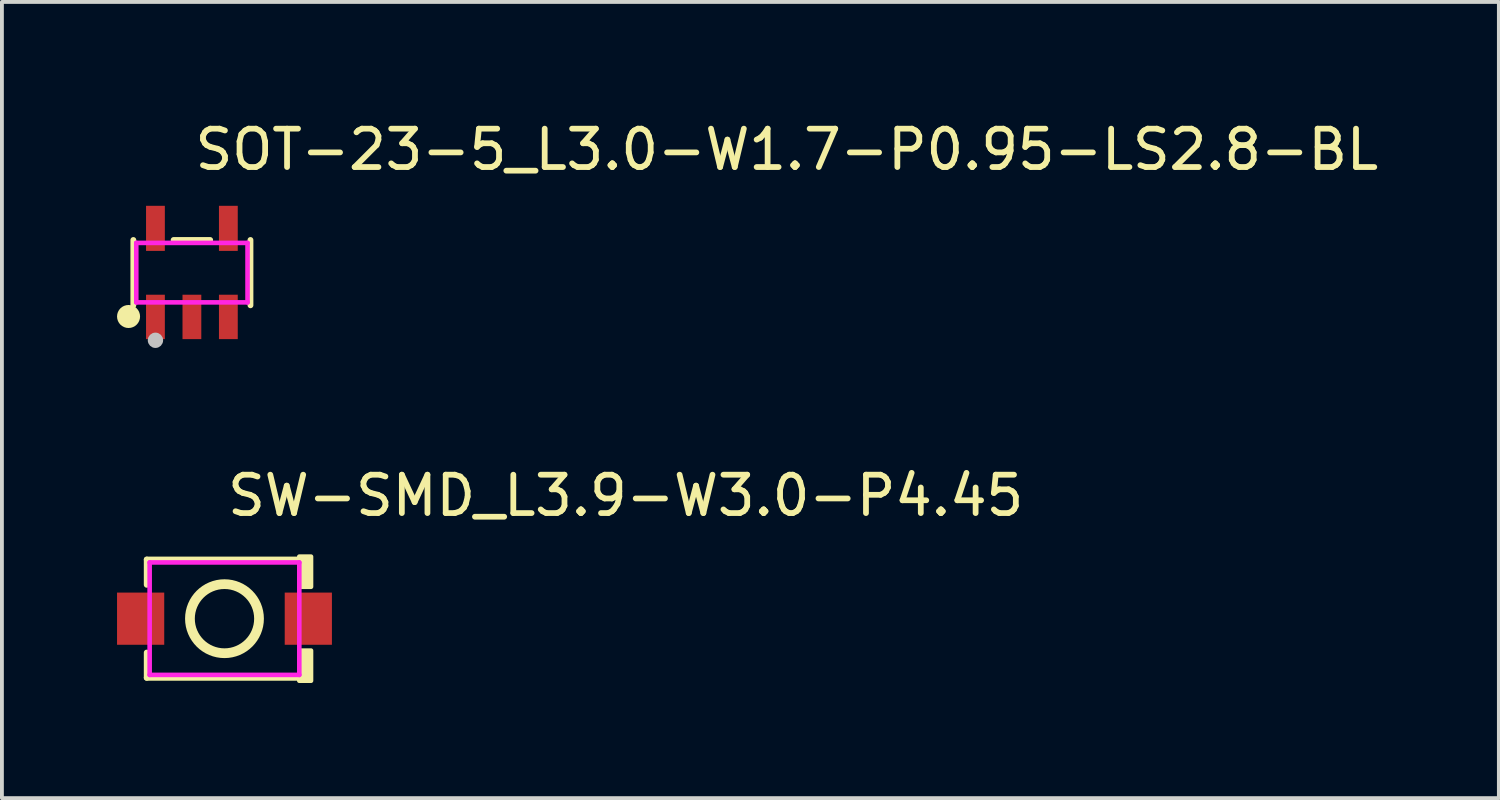
<source format=kicad_pcb>
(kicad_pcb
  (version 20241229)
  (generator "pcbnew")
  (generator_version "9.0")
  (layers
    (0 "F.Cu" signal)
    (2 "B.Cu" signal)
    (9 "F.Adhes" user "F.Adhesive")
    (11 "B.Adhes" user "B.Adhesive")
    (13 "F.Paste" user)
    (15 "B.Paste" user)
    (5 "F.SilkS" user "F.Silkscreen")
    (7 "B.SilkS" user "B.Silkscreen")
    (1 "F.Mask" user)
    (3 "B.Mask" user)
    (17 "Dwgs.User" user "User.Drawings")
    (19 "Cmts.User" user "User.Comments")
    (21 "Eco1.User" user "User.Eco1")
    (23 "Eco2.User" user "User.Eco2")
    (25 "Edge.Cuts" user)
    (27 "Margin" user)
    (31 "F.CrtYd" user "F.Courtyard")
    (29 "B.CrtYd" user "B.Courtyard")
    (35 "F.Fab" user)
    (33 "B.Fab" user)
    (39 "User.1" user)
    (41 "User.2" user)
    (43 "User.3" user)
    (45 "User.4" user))
  (footprint "SOT-23-5_L3.0-W1.7-P0.95-LS2.8-BL"
    (layer "F.Cu")
    (at 1.951 4.055)
    (property "Reference" "SOT-23-5_L3.0-W1.7-P0.95-LS2.8-BL" (at 0 -3.207 0) (layer "F.SilkS") (effects (font (size 1 1) (thickness 0.15)) (justify left)))
    (attr through_hole)
    (fp_line (start -1.526 0.851) (end -1.526 -0.851) (stroke (width 0.152) (type solid)) (layer "F.SilkS"))
    (fp_line (start 0.476 -0.851) (end -0.476 -0.851) (stroke (width 0.152) (type solid)) (layer "F.SilkS"))
    (fp_line (start 1.526 0.851) (end 1.526 -0.851) (stroke (width 0.152) (type solid)) (layer "F.SilkS"))
    (fp_circle (center -1.651 1.143) (end -1.501 1.143) (stroke (width 0.3) (type solid)) (fill no) (layer "F.SilkS"))
    (fp_circle (center -0.95 1.763) (end -0.85 1.763) (stroke (width 0.2) (type solid)) (fill no) (layer "Dwgs.User"))
    (fp_line (start -1.125 -1.01) (end -0.775 -1.01) (stroke (width 0.12) (type solid)) (layer "Eco2.User"))
    (fp_line (start -1.125 -0.74) (end -1.125 -1.01) (stroke (width 0.12) (type solid)) (layer "Eco2.User"))
    (fp_line (start -1.125 0.74) (end -0.775 0.74) (stroke (width 0.12) (type solid)) (layer "Eco2.User"))
    (fp_line (start -1.125 1.01) (end -1.125 0.74) (stroke (width 0.12) (type solid)) (layer "Eco2.User"))
    (fp_line (start -0.775 -1.01) (end -0.775 -0.74) (stroke (width 0.12) (type solid)) (layer "Eco2.User"))
    (fp_line (start -0.775 -0.74) (end -1.125 -0.74) (stroke (width 0.12) (type solid)) (layer "Eco2.User"))
    (fp_line (start -0.775 0.74) (end -0.775 1.01) (stroke (width 0.12) (type solid)) (layer "Eco2.User"))
    (fp_line (start -0.775 1.01) (end -1.125 1.01) (stroke (width 0.12) (type solid)) (layer "Eco2.User"))
    (fp_line (start -0.175 0.74) (end 0.175 0.74) (stroke (width 0.12) (type solid)) (layer "Eco2.User"))
    (fp_line (start -0.175 1.01) (end -0.175 0.74) (stroke (width 0.12) (type solid)) (layer "Eco2.User"))
    (fp_line (start 0.175 0.74) (end 0.175 1.01) (stroke (width 0.12) (type solid)) (layer "Eco2.User"))
    (fp_line (start 0.175 1.01) (end -0.175 1.01) (stroke (width 0.12) (type solid)) (layer "Eco2.User"))
    (fp_line (start 0.775 -1.01) (end 1.125 -1.01) (stroke (width 0.12) (type solid)) (layer "Eco2.User"))
    (fp_line (start 0.775 -0.74) (end 0.775 -1.01) (stroke (width 0.12) (type solid)) (layer "Eco2.User"))
    (fp_line (start 0.775 0.74) (end 1.125 0.74) (stroke (width 0.12) (type solid)) (layer "Eco2.User"))
    (fp_line (start 0.775 1.01) (end 0.775 0.74) (stroke (width 0.12) (type solid)) (layer "Eco2.User"))
    (fp_line (start 1.125 -1.01) (end 1.125 -0.74) (stroke (width 0.12) (type solid)) (layer "Eco2.User"))
    (fp_line (start 1.125 -0.74) (end 0.775 -0.74) (stroke (width 0.12) (type solid)) (layer "Eco2.User"))
    (fp_line (start 1.125 0.74) (end 1.125 1.01) (stroke (width 0.12) (type solid)) (layer "Eco2.User"))
    (fp_line (start 1.125 1.01) (end 0.775 1.01) (stroke (width 0.12) (type solid)) (layer "Eco2.User"))
    (fp_circle (center -1.42 1.37) (end -1.39 1.37) (stroke (width 0.06) (type solid)) (fill no) (layer "Eco2.User"))
    (fp_poly (pts (xy -1.125 -1) (xy -1.125 -1.4) (xy -0.775 -1.4) (xy -0.775 -1)) (stroke (width 0.12) (type solid)) (fill no) (layer "Eco2.User"))
    (fp_poly (pts (xy -1.125 1.4) (xy -1.125 1) (xy -0.775 1) (xy -0.775 1.4)) (stroke (width 0.12) (type solid)) (fill no) (layer "Eco2.User"))
    (fp_poly (pts (xy -0.175 1.4) (xy -0.175 1) (xy 0.175 1) (xy 0.175 1.4)) (stroke (width 0.12) (type solid)) (fill no) (layer "Eco2.User"))
    (fp_poly (pts (xy 0.775 -1) (xy 0.775 -1.4) (xy 1.125 -1.4) (xy 1.125 -1)) (stroke (width 0.12) (type solid)) (fill no) (layer "Eco2.User"))
    (fp_poly (pts (xy 0.775 1.4) (xy 0.775 1) (xy 1.125 1) (xy 1.125 1.4)) (stroke (width 0.12) (type solid)) (fill no) (layer "Eco2.User"))
    (fp_line (start -1.45 -0.775) (end 1.45 -0.775) (stroke (width 0.12) (type solid)) (layer "F.CrtYd"))
    (fp_line (start -1.45 0.775) (end -1.45 -0.775) (stroke (width 0.12) (type solid)) (layer "F.CrtYd"))
    (fp_line (start 1.45 -0.775) (end 1.45 0.775) (stroke (width 0.12) (type solid)) (layer "F.CrtYd"))
    (fp_line (start 1.45 0.775) (end -1.45 0.775) (stroke (width 0.12) (type solid)) (layer "F.CrtYd"))
    (pad "1" smd rect (at -0.95 1.154) (size 0.49 1.157) (layers "F.Cu" "F.Mask" "F.Paste"))
    (pad "2" smd rect (at 0 1.154) (size 0.49 1.157) (layers "F.Cu" "F.Mask" "F.Paste"))
    (pad "3" smd rect (at 0.95 1.154) (size 0.49 1.157) (layers "F.Cu" "F.Mask" "F.Paste"))
    (pad "4" smd rect (at 0.95 -1.154) (size 0.49 1.175) (layers "F.Cu" "F.Mask" "F.Paste"))
    (pad "5" smd rect (at -0.95 -1.154) (size 0.49 1.175) (layers "F.Cu" "F.Mask" "F.Paste")))
  (footprint "SW-SMD_L3.9-W3.0-P4.45"
    (layer "F.Cu")
    (at 2.8 13.073)
    (property "Reference" "SW-SMD_L3.9-W3.0-P4.45" (at 0 -3.207 0) (layer "F.SilkS") (effects (font (size 1 1) (thickness 0.15)) (justify left)))
    (attr through_hole)
    (fp_line (start -2.026 -1.541) (end -2.026 -0.883) (stroke (width 0.152) (type solid)) (layer "F.SilkS"))
    (fp_line (start -2.026 1.541) (end -2.026 0.883) (stroke (width 0.152) (type solid)) (layer "F.SilkS"))
    (fp_line (start 2.026 -1.541) (end -2.026 -1.541) (stroke (width 0.152) (type solid)) (layer "F.SilkS"))
    (fp_line (start 2.026 1.541) (end -2.026 1.541) (stroke (width 0.152) (type solid)) (layer "F.SilkS"))
    (fp_circle (center 0 0) (end 0.9 0) (stroke (width 0.254) (type solid)) (fill no) (layer "F.SilkS"))
    (fp_poly (pts (xy 1.95 -1.617) (xy 1.95 -0.832) (xy 2.255 -0.832) (xy 2.255 -1.617)) (stroke (width 0.12) (type solid)) (fill yes) (layer "F.SilkS"))
    (fp_poly (pts (xy 1.95 1.617) (xy 1.95 0.832) (xy 2.255 0.832) (xy 2.255 1.617)) (stroke (width 0.12) (type solid)) (fill yes) (layer "F.SilkS"))
    (fp_circle (center 2.5 -1.465) (end 2.53 -1.465) (stroke (width 0.06) (type solid)) (fill no) (layer "Eco2.User"))
    (fp_poly (pts (xy -2.5 -0.65) (xy -2.5 0.65) (xy -1.6 0.65) (xy -1.6 -0.65)) (stroke (width 0.12) (type solid)) (fill no) (layer "Eco2.User"))
    (fp_poly (pts (xy 2.5 -0.65) (xy 2.5 0.65) (xy 1.6 0.65) (xy 1.6 -0.65)) (stroke (width 0.12) (type solid)) (fill no) (layer "Eco2.User"))
    (fp_line (start -1.95 -1.465) (end 1.95 -1.465) (stroke (width 0.12) (type solid)) (layer "F.CrtYd"))
    (fp_line (start -1.95 1.465) (end -1.95 -1.465) (stroke (width 0.12) (type solid)) (layer "F.CrtYd"))
    (fp_line (start 1.95 -1.465) (end 1.95 1.465) (stroke (width 0.12) (type solid)) (layer "F.CrtYd"))
    (fp_line (start 1.95 1.465) (end -1.95 1.465) (stroke (width 0.12) (type solid)) (layer "F.CrtYd"))
    (pad "1" smd rect (at -2.185 0) (size 1.23 1.36) (layers "F.Cu" "F.Mask" "F.Paste"))
    (pad "2" smd rect (at 2.185 0) (size 1.23 1.36) (layers "F.Cu" "F.Mask" "F.Paste")))
  (gr_rect
    (start -3 -3)
    (end 36.011 17.75)
    (stroke (width 0.1) (type default))
    (fill no)
    (layer "Edge.Cuts")))
</source>
